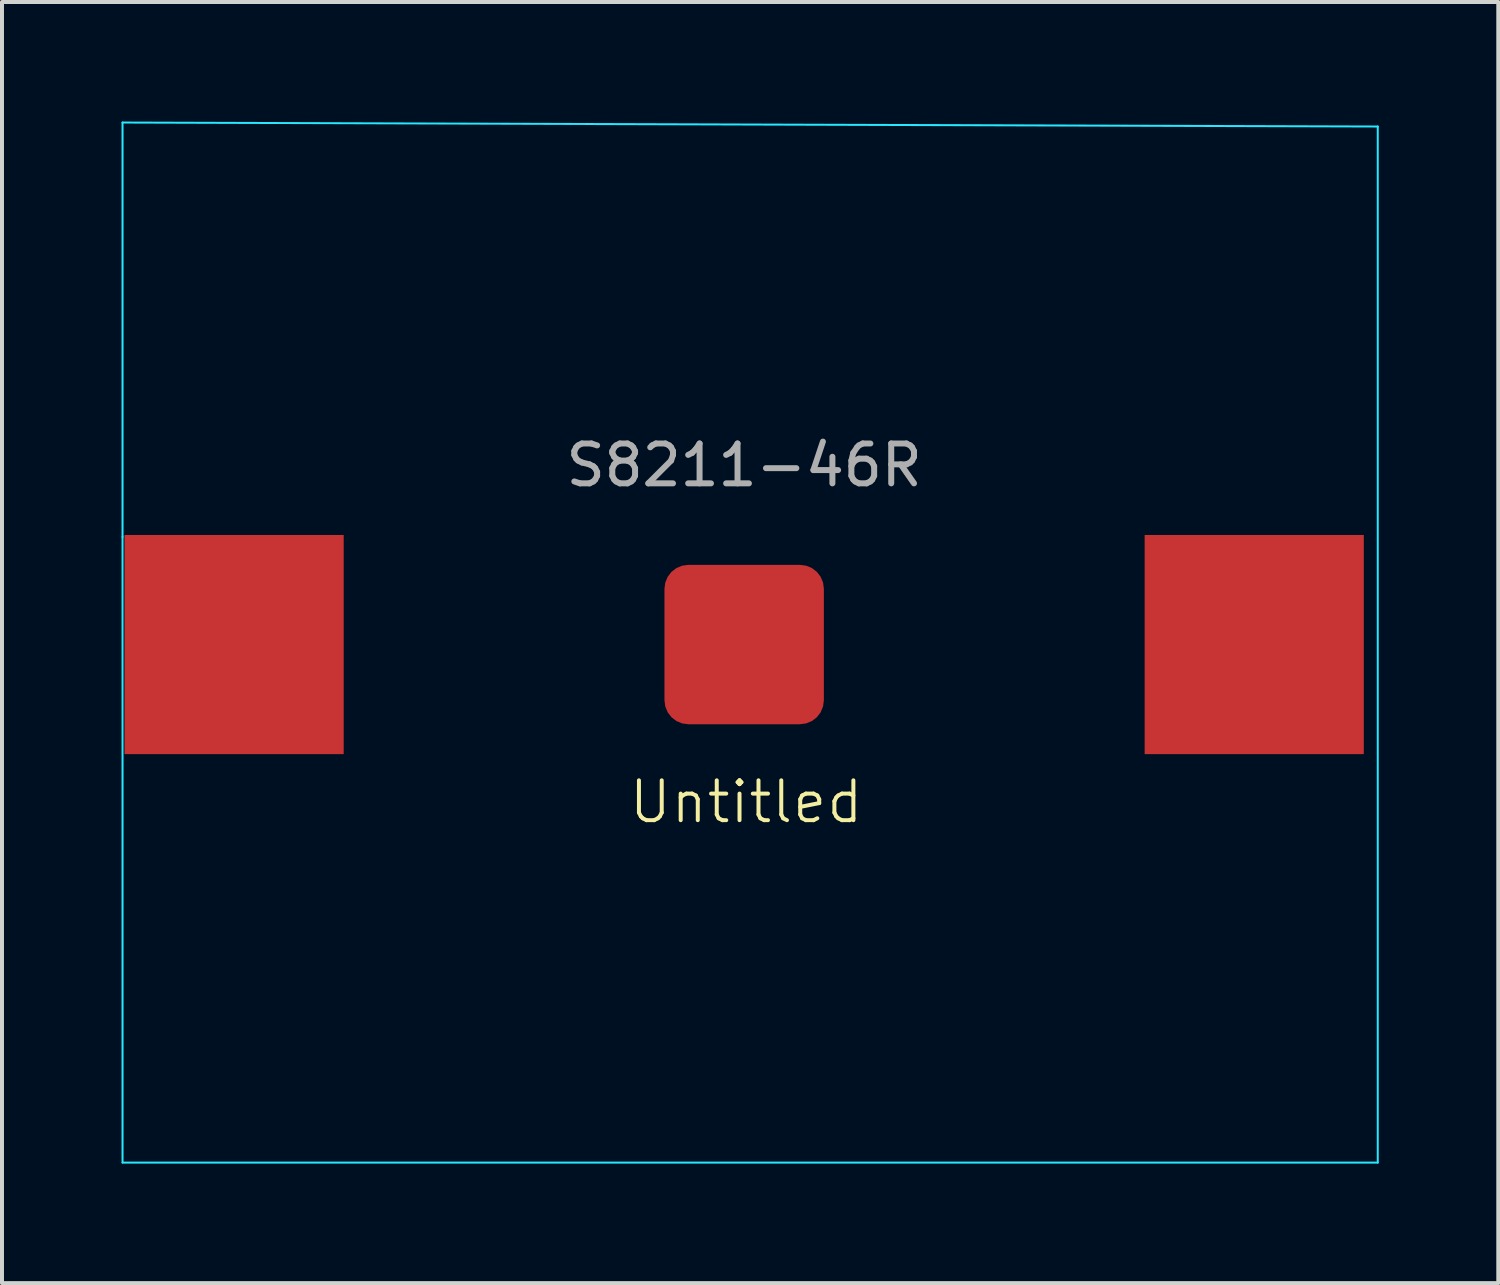
<source format=kicad_pcb>
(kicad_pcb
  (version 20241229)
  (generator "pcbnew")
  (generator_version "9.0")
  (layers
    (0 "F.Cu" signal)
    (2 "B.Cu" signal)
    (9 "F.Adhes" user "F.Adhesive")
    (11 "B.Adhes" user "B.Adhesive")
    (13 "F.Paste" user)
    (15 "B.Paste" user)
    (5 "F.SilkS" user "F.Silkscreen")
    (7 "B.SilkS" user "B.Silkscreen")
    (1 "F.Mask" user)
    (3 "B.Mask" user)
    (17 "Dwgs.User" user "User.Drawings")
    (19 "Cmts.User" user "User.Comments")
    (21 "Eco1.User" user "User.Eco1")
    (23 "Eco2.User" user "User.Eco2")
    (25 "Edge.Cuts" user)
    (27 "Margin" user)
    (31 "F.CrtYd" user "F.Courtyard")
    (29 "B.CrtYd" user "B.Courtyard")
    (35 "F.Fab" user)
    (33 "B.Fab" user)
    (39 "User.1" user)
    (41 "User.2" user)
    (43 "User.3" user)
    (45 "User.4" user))
  (footprint "Untitled"
    (layer "F.Cu")
    (at 15.625 13.125)
    (property "Reference" "Untitled" (at 0.05 3.95 0) (unlocked yes) (layer "F.SilkS") (effects (font (size 1 1) (thickness 0.1))))
    (attr smd)
    (fp_line (start -10 -10.5) (end 10 -10.5) (stroke (width 0.2) (type default)) (layer "In1.Cu"))
    (fp_line (start -10 10.5) (end -10 -10.5) (stroke (width 0.2) (type default)) (layer "In1.Cu"))
    (fp_line (start 10 -10.5) (end 10 10.5) (stroke (width 0.2) (type default)) (layer "In1.Cu"))
    (fp_line (start 10 10.5) (end -10 10.5) (stroke (width 0.2) (type default)) (layer "In1.Cu"))
    (fp_line (start -15.6 -13.1) (end 15.9 -13) (stroke (width 0.05) (type default)) (layer "B.CrtYd"))
    (fp_line (start -15.6 -2.7) (end -15.6 -13.1) (stroke (width 0.05) (type default)) (layer "B.CrtYd"))
    (fp_line (start -15.6 13) (end -15.6 -2.7) (stroke (width 0.05) (type default)) (layer "B.CrtYd"))
    (fp_line (start 15.9 13) (end -15.6 13) (stroke (width 0.05) (type default)) (layer "B.CrtYd"))
    (fp_line (start 15.9 13) (end 15.9 -13) (stroke (width 0.05) (type default)) (layer "B.CrtYd"))
    (fp_text user "S8211-46R" (at 0 -4.5 0) (unlocked yes) (layer "F.Fab") (effects (font (size 1 1) (thickness 0.15))))
    (pad "1" smd rect (at -12.8 0) (size 5.5 5.5) (layers "F.Cu" "F.Mask" "F.Paste"))
    (pad "2" smd roundrect (at 0 0) (size 4 4) (layers "F.Cu" "F.Mask" "F.Paste") (roundrect_rratio 0.15))
    (pad "3" smd rect (at 12.8 0) (size 5.5 5.5) (layers "F.Cu" "F.Mask" "F.Paste")))
  (gr_rect
    (start -3 -3)
    (end 34.55 29.15)
    (stroke (width 0.1) (type default))
    (fill no)
    (layer "Edge.Cuts")))
</source>
